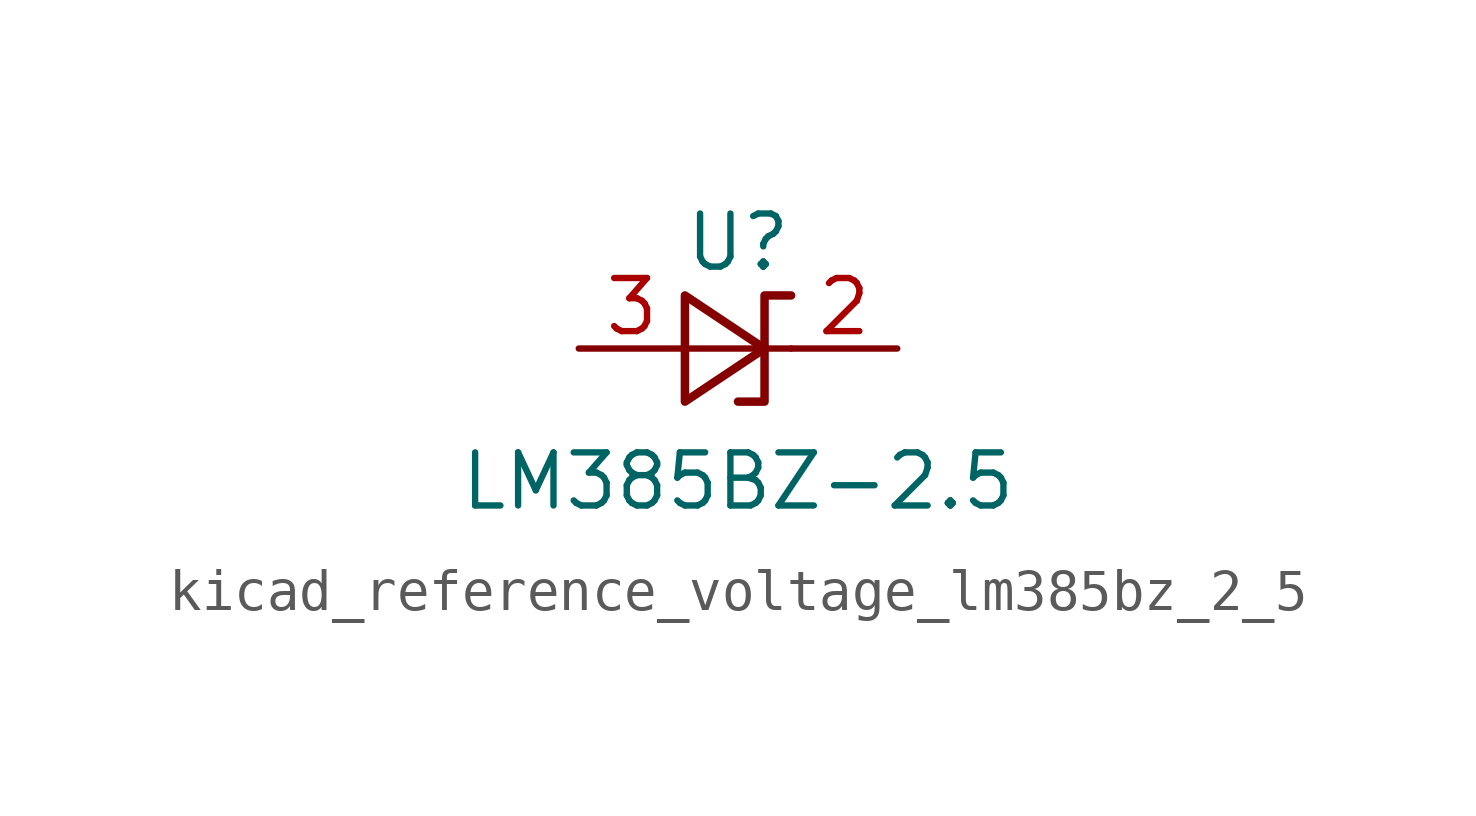
<source format=kicad_sym>
(kicad_symbol_lib
  (version 20220914)
  (generator kicad_symbol_editor)
  (symbol "kicad_reference_voltage_lm385bz_2_5"
    (pin_names
      (offset 0.025) hide)
    (property "Reference" "U"
      (at 0 2.54 0)
      (effects (font (size 1.27 1.27))))
    (property "Value" "LM385BZ-2.5"
      (at 0 -3.175 0)
      (effects (font (size 1.27 1.27))))
    (symbol "kicad_reference_voltage_lm385bz_2_5_0_1"
      (polyline (pts (xy -1.27 0) (xy 0 0) (xy 1.27 0)) (stroke (width 0) (type default)) (fill (type none)))
      (polyline (pts (xy -1.27 -1.27) (xy 0.635 0) (xy -1.27 1.27) (xy -1.27 -1.27)) (stroke (width 0.203) (type default)) (fill (type none)))
      (polyline (pts (xy 0 -1.27) (xy 0.635 -1.27) (xy 0.635 1.27) (xy 1.27 1.27)) (stroke (width 0.203) (type default)) (fill (type none))))
    (symbol "kicad_reference_voltage_lm385bz_2_5_1_1"
      (pin passive line (at 3.81 0 180) (length 2.54) (name "K" (effects (font (size 1.27 1.27)))) (number "2" (effects (font (size 1.27 1.27)))))
      (pin passive line (at -3.81 0 0) (length 2.54) (name "A" (effects (font (size 1.27 1.27)))) (number "3" (effects (font (size 1.27 1.27))))))))
</source>
